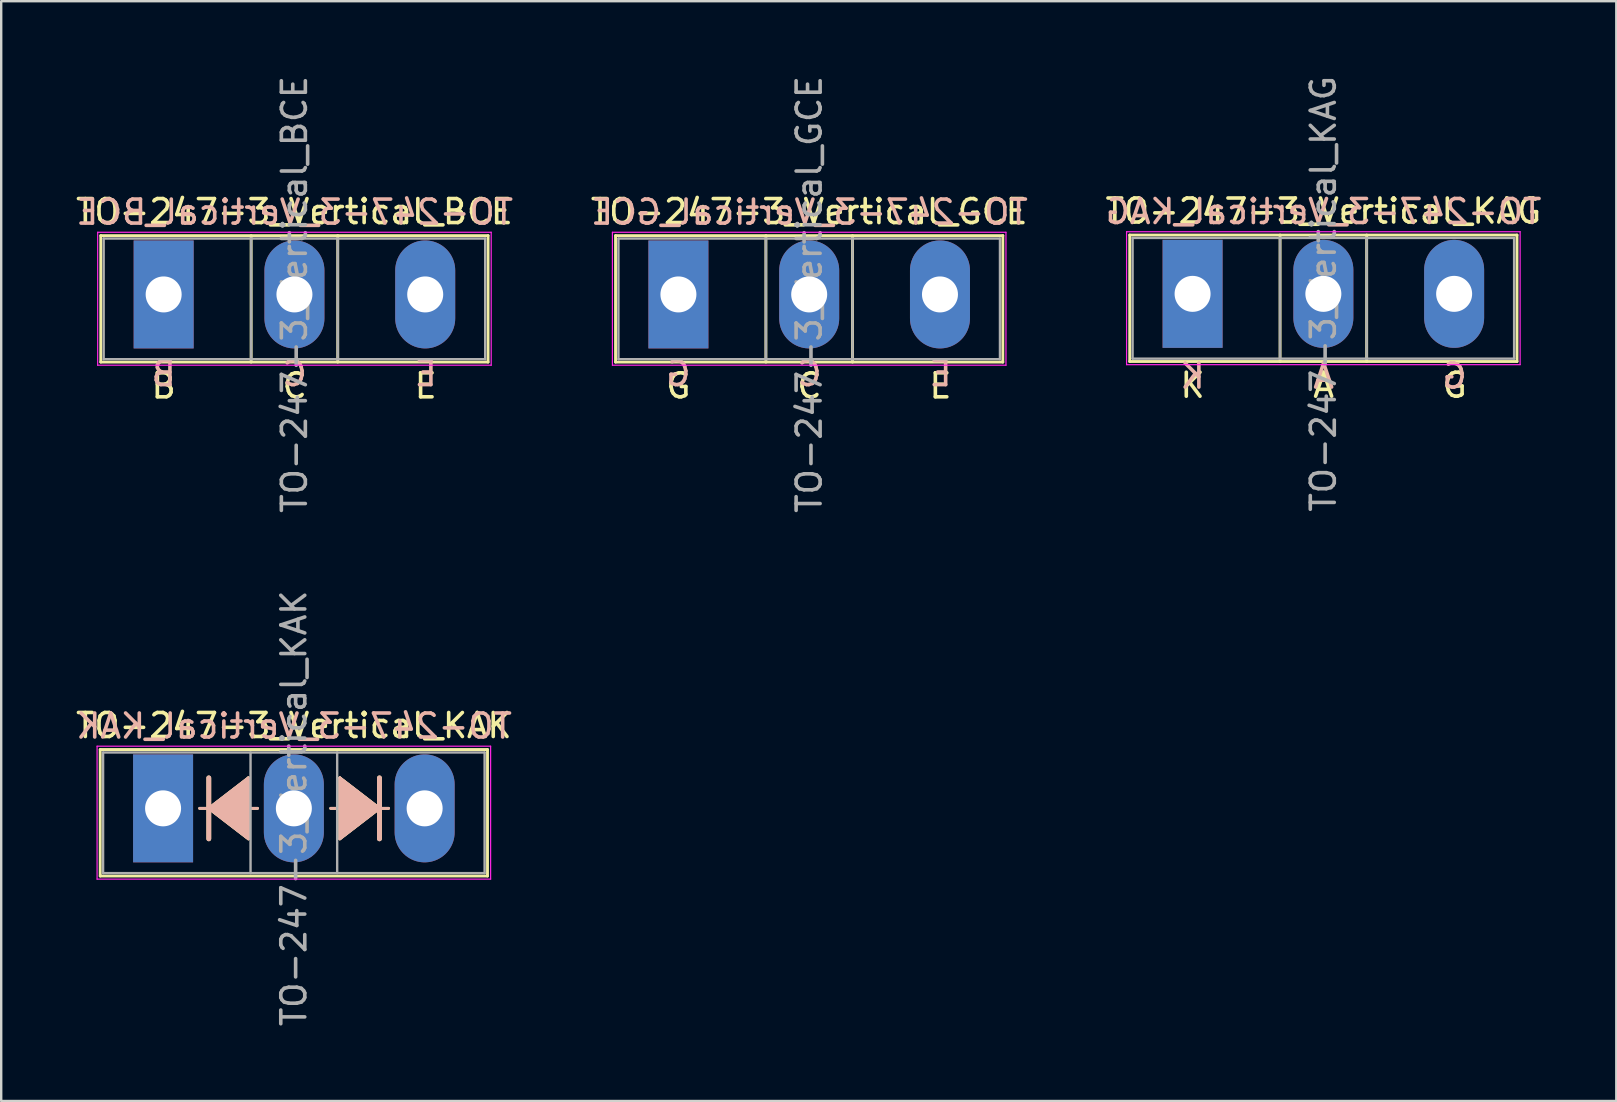
<source format=kicad_pcb>
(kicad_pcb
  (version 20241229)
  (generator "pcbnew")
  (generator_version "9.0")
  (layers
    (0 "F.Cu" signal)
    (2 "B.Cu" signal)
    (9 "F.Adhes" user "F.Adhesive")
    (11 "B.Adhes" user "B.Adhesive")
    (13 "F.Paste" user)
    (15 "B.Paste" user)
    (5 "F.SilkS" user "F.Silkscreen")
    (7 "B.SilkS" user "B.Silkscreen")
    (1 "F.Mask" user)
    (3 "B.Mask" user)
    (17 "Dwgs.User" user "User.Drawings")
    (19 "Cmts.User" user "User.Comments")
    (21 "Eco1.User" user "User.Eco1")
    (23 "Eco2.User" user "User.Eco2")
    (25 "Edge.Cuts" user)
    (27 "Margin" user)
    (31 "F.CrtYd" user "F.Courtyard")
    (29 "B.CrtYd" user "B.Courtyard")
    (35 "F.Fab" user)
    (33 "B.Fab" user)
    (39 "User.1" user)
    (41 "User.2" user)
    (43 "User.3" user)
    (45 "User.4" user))
  (footprint "TO-247-3_Vertical_KAK"
    (layer "F.Cu")
    (at 3.746 30.637)
    (property "Reference" "TO-247-3_Vertical_KAK" (at 5.45 -3.45 0) (layer "F.SilkS") (effects (font (size 1 1) (thickness 0.15))))
    (fp_line (start -2.62 -2.451) (end -2.62 2.82) (stroke (width 0.12) (type solid)) (layer "F.SilkS"))
    (fp_line (start -2.62 -2.451) (end 13.52 -2.451) (stroke (width 0.12) (type solid)) (layer "F.SilkS"))
    (fp_line (start -2.62 2.82) (end 13.52 2.82) (stroke (width 0.12) (type solid)) (layer "F.SilkS"))
    (fp_line (start 1.524 0) (end 1.905 0) (stroke (width 0.12) (type solid)) (layer "F.SilkS"))
    (fp_line (start 1.905 -1.27) (end 1.905 0) (stroke (width 0.2) (type solid)) (layer "F.SilkS"))
    (fp_line (start 1.905 0) (end 1.905 1.27) (stroke (width 0.2) (type solid)) (layer "F.SilkS"))
    (fp_line (start 1.905 0) (end 3.556 1.27) (stroke (width 0.12) (type solid)) (layer "F.SilkS"))
    (fp_line (start 3.556 -1.27) (end 1.905 0) (stroke (width 0.12) (type solid)) (layer "F.SilkS"))
    (fp_line (start 3.556 1.27) (end 3.556 -1.27) (stroke (width 0.12) (type solid)) (layer "F.SilkS"))
    (fp_line (start 3.937 0) (end 3.556 0) (stroke (width 0.12) (type solid)) (layer "F.SilkS"))
    (fp_line (start 6.985 0) (end 7.366 0) (stroke (width 0.12) (type solid)) (layer "F.SilkS"))
    (fp_line (start 7.366 -1.27) (end 7.366 1.27) (stroke (width 0.12) (type solid)) (layer "F.SilkS"))
    (fp_line (start 7.366 1.27) (end 9.017 0) (stroke (width 0.12) (type solid)) (layer "F.SilkS"))
    (fp_line (start 9.017 0) (end 7.366 -1.27) (stroke (width 0.12) (type solid)) (layer "F.SilkS"))
    (fp_line (start 9.017 0) (end 9.017 -1.27) (stroke (width 0.2) (type solid)) (layer "F.SilkS"))
    (fp_line (start 9.017 1.27) (end 9.017 0) (stroke (width 0.2) (type solid)) (layer "F.SilkS"))
    (fp_line (start 9.398 0) (end 9.017 0) (stroke (width 0.12) (type solid)) (layer "F.SilkS"))
    (fp_line (start 13.52 -2.451) (end 13.52 2.82) (stroke (width 0.12) (type solid)) (layer "F.SilkS"))
    (fp_poly (pts (xy 3.556 1.27) (xy 1.905 0) (xy 3.556 -1.27)) (stroke (width 0.1) (type solid)) (fill yes) (layer "F.SilkS"))
    (fp_poly (pts (xy 9.017 0) (xy 7.366 1.27) (xy 7.366 -1.27)) (stroke (width 0.1) (type solid)) (fill yes) (layer "F.SilkS"))
    (fp_line (start 1.524 0) (end 1.905 0) (stroke (width 0.12) (type solid)) (layer "B.SilkS"))
    (fp_line (start 1.905 0) (end 1.905 -1.27) (stroke (width 0.2) (type solid)) (layer "B.SilkS"))
    (fp_line (start 1.905 0) (end 3.556 -1.27) (stroke (width 0.12) (type solid)) (layer "B.SilkS"))
    (fp_line (start 1.905 1.27) (end 1.905 0) (stroke (width 0.2) (type solid)) (layer "B.SilkS"))
    (fp_line (start 3.556 -1.27) (end 3.556 1.27) (stroke (width 0.12) (type solid)) (layer "B.SilkS"))
    (fp_line (start 3.556 1.27) (end 1.905 0) (stroke (width 0.12) (type solid)) (layer "B.SilkS"))
    (fp_line (start 3.937 0) (end 3.556 0) (stroke (width 0.12) (type solid)) (layer "B.SilkS"))
    (fp_line (start 6.985 0) (end 7.366 0) (stroke (width 0.12) (type solid)) (layer "B.SilkS"))
    (fp_line (start 7.366 -1.27) (end 9.017 0) (stroke (width 0.12) (type solid)) (layer "B.SilkS"))
    (fp_line (start 7.366 1.27) (end 7.366 -1.27) (stroke (width 0.12) (type solid)) (layer "B.SilkS"))
    (fp_line (start 9.017 -1.27) (end 9.017 0) (stroke (width 0.2) (type solid)) (layer "B.SilkS"))
    (fp_line (start 9.017 0) (end 7.366 1.27) (stroke (width 0.12) (type solid)) (layer "B.SilkS"))
    (fp_line (start 9.017 0) (end 9.017 1.27) (stroke (width 0.2) (type solid)) (layer "B.SilkS"))
    (fp_line (start 9.398 0) (end 9.017 0) (stroke (width 0.12) (type solid)) (layer "B.SilkS"))
    (fp_poly (pts (xy 1.905 0) (xy 3.556 1.27) (xy 3.556 -1.27)) (stroke (width 0.1) (type solid)) (fill yes) (layer "B.SilkS"))
    (fp_poly (pts (xy 7.366 1.27) (xy 9.017 0) (xy 7.366 -1.27)) (stroke (width 0.1) (type solid)) (fill yes) (layer "B.SilkS"))
    (fp_line (start -2.75 -2.59) (end -2.75 2.95) (stroke (width 0.05) (type solid)) (layer "F.CrtYd"))
    (fp_line (start -2.75 2.95) (end 13.65 2.95) (stroke (width 0.05) (type solid)) (layer "F.CrtYd"))
    (fp_line (start 13.65 -2.59) (end -2.75 -2.59) (stroke (width 0.05) (type solid)) (layer "F.CrtYd"))
    (fp_line (start 13.65 2.95) (end 13.65 -2.59) (stroke (width 0.05) (type solid)) (layer "F.CrtYd"))
    (fp_line (start -2.5 -2.33) (end -2.5 2.7) (stroke (width 0.1) (type solid)) (layer "F.Fab"))
    (fp_line (start -2.5 2.7) (end 13.4 2.7) (stroke (width 0.1) (type solid)) (layer "F.Fab"))
    (fp_line (start 3.645 -2.33) (end 3.645 2.7) (stroke (width 0.1) (type solid)) (layer "F.Fab"))
    (fp_line (start 7.255 -2.33) (end 7.255 2.7) (stroke (width 0.1) (type solid)) (layer "F.Fab"))
    (fp_line (start 13.4 -2.33) (end -2.5 -2.33) (stroke (width 0.1) (type solid)) (layer "F.Fab"))
    (fp_line (start 13.4 2.7) (end 13.4 -2.33) (stroke (width 0.1) (type solid)) (layer "F.Fab"))
    (fp_text user "${REFERENCE}" (at 5.461 -3.429 0) (layer "B.SilkS") (effects (font (size 1 1) (thickness 0.15)) (justify mirror)))
    (fp_text user "${REFERENCE}" (at 5.45 0 90) (layer "F.Fab") (effects (font (size 1 1) (thickness 0.15))))
    (pad "1" thru_hole rect (at 0 0) (size 2.5 4.5) (drill 1.5) (layers "*.Cu" "*.Mask"))
    (pad "2" thru_hole oval (at 5.45 0) (size 2.5 4.5) (drill 1.5) (layers "*.Cu" "*.Mask"))
    (pad "3" thru_hole oval (at 10.9 0) (size 2.5 4.5) (drill 1.5) (layers "*.Cu" "*.Mask")))
  (footprint "TO-247-3_Vertical_KAG"
    (layer "F.Cu")
    (at 46.649 9.196)
    (property "Reference" "TO-247-3_Vertical_KAG" (at 5.45 -3.45 0) (layer "F.SilkS") (effects (font (size 1 1) (thickness 0.15))))
    (fp_line (start -2.62 -2.451) (end -2.62 2.82) (stroke (width 0.12) (type solid)) (layer "F.SilkS"))
    (fp_line (start -2.62 -2.451) (end 13.52 -2.451) (stroke (width 0.12) (type solid)) (layer "F.SilkS"))
    (fp_line (start -2.62 2.82) (end 13.52 2.82) (stroke (width 0.12) (type solid)) (layer "F.SilkS"))
    (fp_line (start 3.646 -2.451) (end 3.646 2.82) (stroke (width 0.12) (type solid)) (layer "F.SilkS"))
    (fp_line (start 7.255 -2.451) (end 7.255 2.82) (stroke (width 0.12) (type solid)) (layer "F.SilkS"))
    (fp_line (start 13.52 -2.451) (end 13.52 2.82) (stroke (width 0.12) (type solid)) (layer "F.SilkS"))
    (fp_line (start -2.75 -2.59) (end -2.75 2.95) (stroke (width 0.05) (type solid)) (layer "F.CrtYd"))
    (fp_line (start -2.75 2.95) (end 13.65 2.95) (stroke (width 0.05) (type solid)) (layer "F.CrtYd"))
    (fp_line (start 13.65 -2.59) (end -2.75 -2.59) (stroke (width 0.05) (type solid)) (layer "F.CrtYd"))
    (fp_line (start 13.65 2.95) (end 13.65 -2.59) (stroke (width 0.05) (type solid)) (layer "F.CrtYd"))
    (fp_line (start -2.5 -2.33) (end -2.5 2.7) (stroke (width 0.1) (type solid)) (layer "F.Fab"))
    (fp_line (start -2.5 2.7) (end 13.4 2.7) (stroke (width 0.1) (type solid)) (layer "F.Fab"))
    (fp_line (start 3.645 -2.33) (end 3.645 2.7) (stroke (width 0.1) (type solid)) (layer "F.Fab"))
    (fp_line (start 7.255 -2.33) (end 7.255 2.7) (stroke (width 0.1) (type solid)) (layer "F.Fab"))
    (fp_line (start 13.4 -2.33) (end -2.5 -2.33) (stroke (width 0.1) (type solid)) (layer "F.Fab"))
    (fp_line (start 13.4 2.7) (end 13.4 -2.33) (stroke (width 0.1) (type solid)) (layer "F.Fab"))
    (fp_text user "G" (at 10.922 3.81 0) (unlocked yes) (layer "F.SilkS") (effects (font (size 1 1) (thickness 0.15))))
    (fp_text user "K" (at 0 3.81 0) (unlocked yes) (layer "F.SilkS") (effects (font (size 1 1) (thickness 0.15))))
    (fp_text user "A" (at 5.461 3.81 0) (unlocked yes) (layer "F.SilkS") (effects (font (size 1 1) (thickness 0.15))))
    (fp_text user "K" (at 0 3.429 0) (unlocked yes) (layer "B.SilkS") (effects (font (size 1 1) (thickness 0.15)) (justify mirror)))
    (fp_text user "${REFERENCE}" (at 5.461 -3.429 0) (layer "B.SilkS") (effects (font (size 1 1) (thickness 0.15)) (justify mirror)))
    (fp_text user "G" (at 10.922 3.429 0) (unlocked yes) (layer "B.SilkS") (effects (font (size 1 1) (thickness 0.15)) (justify mirror)))
    (fp_text user "A" (at 5.461 3.429 0) (unlocked yes) (layer "B.SilkS") (effects (font (size 1 1) (thickness 0.15)) (justify mirror)))
    (fp_text user "${REFERENCE}" (at 5.45 0 90) (layer "F.Fab") (effects (font (size 1 1) (thickness 0.15))))
    (pad "1" thru_hole rect (at 0 0) (size 2.5 4.5) (drill 1.5) (layers "*.Cu" "*.Mask"))
    (pad "2" thru_hole oval (at 5.45 0) (size 2.5 4.5) (drill 1.5) (layers "*.Cu" "*.Mask"))
    (pad "3" thru_hole oval (at 10.9 0) (size 2.5 4.5) (drill 1.5) (layers "*.Cu" "*.Mask")))
  (footprint "TO-247-3_Vertical_BCE"
    (layer "F.Cu")
    (at 3.77 9.22)
    (property "Reference" "TO-247-3_Vertical_BCE" (at 5.45 -3.45 0) (layer "F.SilkS") (effects (font (size 1 1) (thickness 0.15))))
    (fp_line (start -2.62 -2.451) (end -2.62 2.82) (stroke (width 0.12) (type solid)) (layer "F.SilkS"))
    (fp_line (start -2.62 -2.451) (end 13.52 -2.451) (stroke (width 0.12) (type solid)) (layer "F.SilkS"))
    (fp_line (start -2.62 2.82) (end 13.52 2.82) (stroke (width 0.12) (type solid)) (layer "F.SilkS"))
    (fp_line (start 3.646 -2.451) (end 3.646 2.82) (stroke (width 0.12) (type solid)) (layer "F.SilkS"))
    (fp_line (start 7.255 -2.451) (end 7.255 2.82) (stroke (width 0.12) (type solid)) (layer "F.SilkS"))
    (fp_line (start 13.52 -2.451) (end 13.52 2.82) (stroke (width 0.12) (type solid)) (layer "F.SilkS"))
    (fp_line (start -2.75 -2.59) (end -2.75 2.95) (stroke (width 0.05) (type solid)) (layer "F.CrtYd"))
    (fp_line (start -2.75 2.95) (end 13.65 2.95) (stroke (width 0.05) (type solid)) (layer "F.CrtYd"))
    (fp_line (start 13.65 -2.59) (end -2.75 -2.59) (stroke (width 0.05) (type solid)) (layer "F.CrtYd"))
    (fp_line (start 13.65 2.95) (end 13.65 -2.59) (stroke (width 0.05) (type solid)) (layer "F.CrtYd"))
    (fp_line (start -2.5 -2.33) (end -2.5 2.7) (stroke (width 0.1) (type solid)) (layer "F.Fab"))
    (fp_line (start -2.5 2.7) (end 13.4 2.7) (stroke (width 0.1) (type solid)) (layer "F.Fab"))
    (fp_line (start 3.645 -2.33) (end 3.645 2.7) (stroke (width 0.1) (type solid)) (layer "F.Fab"))
    (fp_line (start 7.255 -2.33) (end 7.255 2.7) (stroke (width 0.1) (type solid)) (layer "F.Fab"))
    (fp_line (start 13.4 -2.33) (end -2.5 -2.33) (stroke (width 0.1) (type solid)) (layer "F.Fab"))
    (fp_line (start 13.4 2.7) (end 13.4 -2.33) (stroke (width 0.1) (type solid)) (layer "F.Fab"))
    (fp_text user "C" (at 5.461 3.81 0) (unlocked yes) (layer "F.SilkS") (effects (font (size 1 1) (thickness 0.15))))
    (fp_text user "B" (at 0 3.81 0) (unlocked yes) (layer "F.SilkS") (effects (font (size 1 1) (thickness 0.15))))
    (fp_text user "E" (at 10.922 3.81 0) (unlocked yes) (layer "F.SilkS") (effects (font (size 1 1) (thickness 0.15))))
    (fp_text user "${REFERENCE}" (at 5.461 -3.429 0) (layer "B.SilkS") (effects (font (size 1 1) (thickness 0.15)) (justify mirror)))
    (fp_text user "B" (at 0 3.302 0) (unlocked yes) (layer "B.SilkS") (effects (font (size 1 1) (thickness 0.15)) (justify mirror)))
    (fp_text user "E" (at 10.922 3.302 0) (unlocked yes) (layer "B.SilkS") (effects (font (size 1 1) (thickness 0.15)) (justify mirror)))
    (fp_text user "C" (at 5.461 3.302 0) (unlocked yes) (layer "B.SilkS") (effects (font (size 1 1) (thickness 0.15)) (justify mirror)))
    (fp_text user "${REFERENCE}" (at 5.45 0 90) (layer "F.Fab") (effects (font (size 1 1) (thickness 0.15))))
    (pad "1" thru_hole rect (at 0 0) (size 2.5 4.5) (drill 1.5) (layers "*.Cu" "*.Mask"))
    (pad "2" thru_hole oval (at 5.45 0) (size 2.5 4.5) (drill 1.5) (layers "*.Cu" "*.Mask"))
    (pad "3" thru_hole oval (at 10.9 0) (size 2.5 4.5) (drill 1.5) (layers "*.Cu" "*.Mask")))
  (footprint "TO-247-3_Vertical_GCE"
    (layer "F.Cu")
    (at 25.222 9.22)
    (property "Reference" "TO-247-3_Vertical_GCE" (at 5.45 -3.45 0) (layer "F.SilkS") (effects (font (size 1 1) (thickness 0.15))))
    (fp_line (start -2.62 -2.451) (end -2.62 2.82) (stroke (width 0.12) (type solid)) (layer "F.SilkS"))
    (fp_line (start -2.62 -2.451) (end 13.52 -2.451) (stroke (width 0.12) (type solid)) (layer "F.SilkS"))
    (fp_line (start -2.62 2.82) (end 13.52 2.82) (stroke (width 0.12) (type solid)) (layer "F.SilkS"))
    (fp_line (start 3.646 -2.451) (end 3.646 2.82) (stroke (width 0.12) (type solid)) (layer "F.SilkS"))
    (fp_line (start 7.255 -2.451) (end 7.255 2.82) (stroke (width 0.12) (type solid)) (layer "F.SilkS"))
    (fp_line (start 13.52 -2.451) (end 13.52 2.82) (stroke (width 0.12) (type solid)) (layer "F.SilkS"))
    (fp_line (start -2.75 -2.59) (end -2.75 2.95) (stroke (width 0.05) (type solid)) (layer "F.CrtYd"))
    (fp_line (start -2.75 2.95) (end 13.65 2.95) (stroke (width 0.05) (type solid)) (layer "F.CrtYd"))
    (fp_line (start 13.65 -2.59) (end -2.75 -2.59) (stroke (width 0.05) (type solid)) (layer "F.CrtYd"))
    (fp_line (start 13.65 2.95) (end 13.65 -2.59) (stroke (width 0.05) (type solid)) (layer "F.CrtYd"))
    (fp_line (start -2.5 -2.33) (end -2.5 2.7) (stroke (width 0.1) (type solid)) (layer "F.Fab"))
    (fp_line (start -2.5 2.7) (end 13.4 2.7) (stroke (width 0.1) (type solid)) (layer "F.Fab"))
    (fp_line (start 3.645 -2.33) (end 3.645 2.7) (stroke (width 0.1) (type solid)) (layer "F.Fab"))
    (fp_line (start 7.255 -2.33) (end 7.255 2.7) (stroke (width 0.1) (type solid)) (layer "F.Fab"))
    (fp_line (start 13.4 -2.33) (end -2.5 -2.33) (stroke (width 0.1) (type solid)) (layer "F.Fab"))
    (fp_line (start 13.4 2.7) (end 13.4 -2.33) (stroke (width 0.1) (type solid)) (layer "F.Fab"))
    (fp_text user "C" (at 5.461 3.81 0) (unlocked yes) (layer "F.SilkS") (effects (font (size 1 1) (thickness 0.15))))
    (fp_text user "E" (at 10.922 3.81 0) (unlocked yes) (layer "F.SilkS") (effects (font (size 1 1) (thickness 0.15))))
    (fp_text user "G" (at 0 3.81 0) (unlocked yes) (layer "F.SilkS") (effects (font (size 1 1) (thickness 0.15))))
    (fp_text user "C" (at 5.461 3.302 0) (unlocked yes) (layer "B.SilkS") (effects (font (size 1 1) (thickness 0.15)) (justify mirror)))
    (fp_text user "E" (at 10.922 3.302 0) (unlocked yes) (layer "B.SilkS") (effects (font (size 1 1) (thickness 0.15)) (justify mirror)))
    (fp_text user "${REFERENCE}" (at 5.461 -3.429 0) (layer "B.SilkS") (effects (font (size 1 1) (thickness 0.15)) (justify mirror)))
    (fp_text user "G" (at 0 3.302 0) (unlocked yes) (layer "B.SilkS") (effects (font (size 1 1) (thickness 0.15)) (justify mirror)))
    (fp_text user "${REFERENCE}" (at 5.45 0 90) (layer "F.Fab") (effects (font (size 1 1) (thickness 0.15))))
    (pad "1" thru_hole rect (at 0 0) (size 2.5 4.5) (drill 1.5) (layers "*.Cu" "*.Mask"))
    (pad "2" thru_hole oval (at 5.45 0) (size 2.5 4.5) (drill 1.5) (layers "*.Cu" "*.Mask"))
    (pad "3" thru_hole oval (at 10.9 0) (size 2.5 4.5) (drill 1.5) (layers "*.Cu" "*.Mask")))
  (gr_rect
    (start -3 -3)
    (end 64.307 42.833)
    (stroke (width 0.1) (type default))
    (fill no)
    (layer "Edge.Cuts")))
</source>
